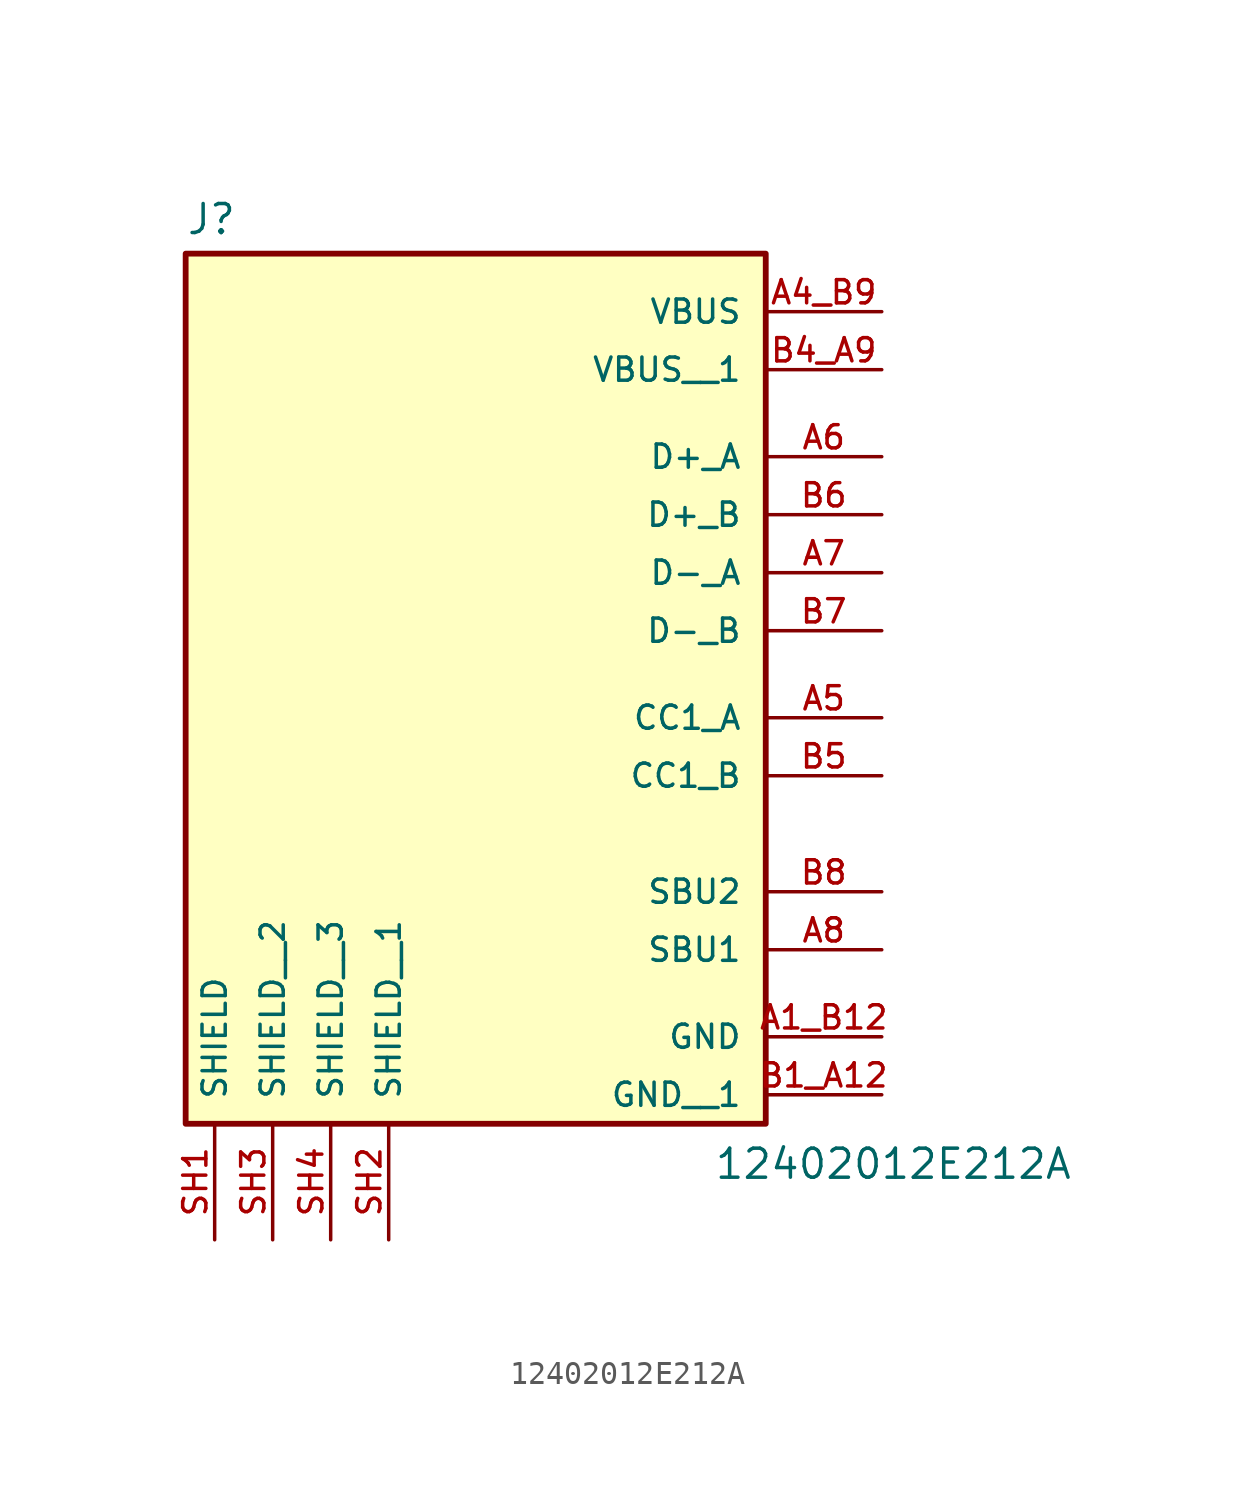
<source format=kicad_sym>
(kicad_symbol_lib
  (version 20241209)
  (generator "kicad_symbol_editor")
  (generator_version "9.0")
  (symbol "12402012E212A"
    (pin_names
      (offset 1.016))
    (property "Reference" "J"
      (at -12.7 13.462 0)
      (effects (font (size 1.27 1.27)) (justify left bottom)))
    (property "Value" "12402012E212A"
      (at 10.414 -26.416 0)
      (effects (font (size 1.27 1.27)) (justify left top)))
    (symbol "12402012E212A_0_0"
      (rectangle (start -12.7 -25.4) (end 12.7 12.7) (stroke (width 0.254) (type default)) (fill (type background)))
      (pin passive line (at -11.43 -30.48 90) (length 5.08) (name "SHIELD" (effects (font (size 1.016 1.016)))) (number "SH1" (effects (font (size 1.016 1.016)))))
      (pin passive line (at -8.89 -30.48 90) (length 5.08) (name "SHIELD__2" (effects (font (size 1.016 1.016)))) (number "SH3" (effects (font (size 1.016 1.016)))))
      (pin passive line (at -6.35 -30.48 90) (length 5.08) (name "SHIELD__3" (effects (font (size 1.016 1.016)))) (number "SH4" (effects (font (size 1.016 1.016)))))
      (pin passive line (at -3.81 -30.48 90) (length 5.08) (name "SHIELD__1" (effects (font (size 1.016 1.016)))) (number "SH2" (effects (font (size 1.016 1.016)))))
      (pin power_in line (at 17.78 10.16 180) (length 5.08) (name "VBUS" (effects (font (size 1.016 1.016)))) (number "A4_B9" (effects (font (size 1.016 1.016)))))
      (pin power_in line (at 17.78 7.62 180) (length 5.08) (name "VBUS__1" (effects (font (size 1.016 1.016)))) (number "B4_A9" (effects (font (size 1.016 1.016)))))
      (pin bidirectional line (at 17.78 3.81 180) (length 5.08) (name "D+_A" (effects (font (size 1.016 1.016)))) (number "A6" (effects (font (size 1.016 1.016)))))
      (pin bidirectional line (at 17.78 1.27 180) (length 5.08) (name "D+_B" (effects (font (size 1.016 1.016)))) (number "B6" (effects (font (size 1.016 1.016)))))
      (pin bidirectional line (at 17.78 -1.27 180) (length 5.08) (name "D-_A" (effects (font (size 1.016 1.016)))) (number "A7" (effects (font (size 1.016 1.016)))))
      (pin bidirectional line (at 17.78 -3.81 180) (length 5.08) (name "D-_B" (effects (font (size 1.016 1.016)))) (number "B7" (effects (font (size 1.016 1.016)))))
      (pin bidirectional line (at 17.78 -7.62 180) (length 5.08) (name "CC1_A" (effects (font (size 1.016 1.016)))) (number "A5" (effects (font (size 1.016 1.016)))))
      (pin bidirectional line (at 17.78 -10.16 180) (length 5.08) (name "CC1_B" (effects (font (size 1.016 1.016)))) (number "B5" (effects (font (size 1.016 1.016)))))
      (pin bidirectional line (at 17.78 -15.24 180) (length 5.08) (name "SBU2" (effects (font (size 1.016 1.016)))) (number "B8" (effects (font (size 1.016 1.016)))))
      (pin bidirectional line (at 17.78 -17.78 180) (length 5.08) (name "SBU1" (effects (font (size 1.016 1.016)))) (number "A8" (effects (font (size 1.016 1.016)))))
      (pin power_in line (at 17.78 -21.59 180) (length 5.08) (name "GND" (effects (font (size 1.016 1.016)))) (number "A1_B12" (effects (font (size 1.016 1.016)))))
      (pin power_in line (at 17.78 -24.13 180) (length 5.08) (name "GND__1" (effects (font (size 1.016 1.016)))) (number "B1_A12" (effects (font (size 1.016 1.016))))))))
</source>
